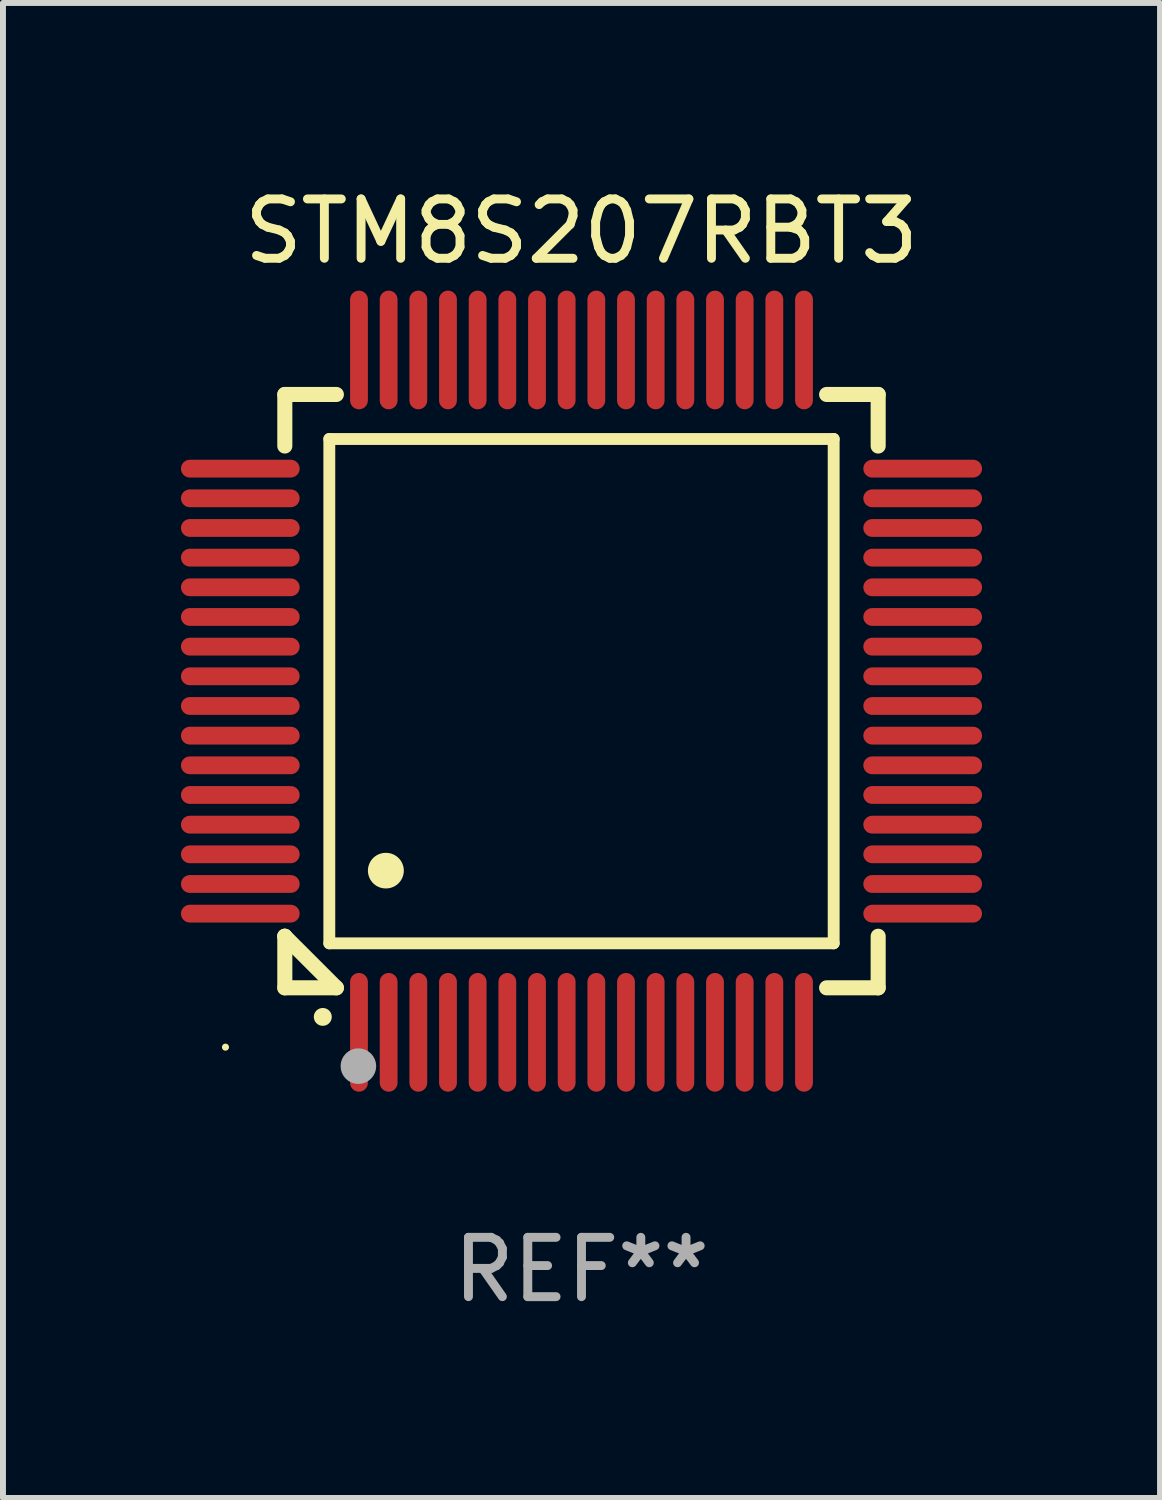
<source format=kicad_pcb>
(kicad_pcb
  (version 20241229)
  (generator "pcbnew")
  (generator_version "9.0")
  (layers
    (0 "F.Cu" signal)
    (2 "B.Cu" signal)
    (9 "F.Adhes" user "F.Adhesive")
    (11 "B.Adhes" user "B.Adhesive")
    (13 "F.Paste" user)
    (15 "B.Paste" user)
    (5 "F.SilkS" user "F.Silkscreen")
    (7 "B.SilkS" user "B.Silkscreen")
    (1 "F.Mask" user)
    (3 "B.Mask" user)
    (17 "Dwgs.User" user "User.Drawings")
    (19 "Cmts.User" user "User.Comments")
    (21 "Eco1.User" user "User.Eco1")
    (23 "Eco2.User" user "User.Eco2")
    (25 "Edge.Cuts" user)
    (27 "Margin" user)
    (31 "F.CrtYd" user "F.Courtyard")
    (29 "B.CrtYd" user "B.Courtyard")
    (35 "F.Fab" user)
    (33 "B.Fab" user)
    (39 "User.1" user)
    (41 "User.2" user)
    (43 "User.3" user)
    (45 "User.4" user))
  (footprint "STM8S207RBT3"
    (layer "F.Cu")
    (at 6.75 8.598)
    (property "Reference" "STM8S207RBT3" (at 0 -7.75 0) (layer "F.SilkS") (effects (font (size 1 1) (thickness 0.15))))
    (attr through_hole)
    (fp_line (start -5 -5) (end -4.131 -5) (stroke (width 0.254) (type solid)) (layer "F.SilkS"))
    (fp_line (start -5 -4.131) (end -5 -5) (stroke (width 0.254) (type solid)) (layer "F.SilkS"))
    (fp_line (start -5 4.131) (end -5 4.131) (stroke (width 0.254) (type solid)) (layer "F.SilkS"))
    (fp_line (start -5 5) (end -5 4.131) (stroke (width 0.254) (type solid)) (layer "F.SilkS"))
    (fp_line (start -5 4.131) (end -4.131 5) (stroke (width 0.254) (type solid)) (layer "F.SilkS"))
    (fp_line (start -4.25 -4.25) (end -4.25 4.25) (stroke (width 0.2) (type solid)) (layer "F.SilkS"))
    (fp_line (start -4.25 4.25) (end 4.25 4.25) (stroke (width 0.2) (type solid)) (layer "F.SilkS"))
    (fp_line (start -4.131 5) (end -5 5) (stroke (width 0.254) (type solid)) (layer "F.SilkS"))
    (fp_line (start 4.25 -4.25) (end -4.25 -4.25) (stroke (width 0.2) (type solid)) (layer "F.SilkS"))
    (fp_line (start 4.25 4.25) (end 4.25 -4.25) (stroke (width 0.2) (type solid)) (layer "F.SilkS"))
    (fp_line (start 5 -5) (end 4.131 -5) (stroke (width 0.254) (type solid)) (layer "F.SilkS"))
    (fp_line (start 5 -5) (end 5 -4.131) (stroke (width 0.254) (type solid)) (layer "F.SilkS"))
    (fp_line (start 5 4.131) (end 5 5) (stroke (width 0.254) (type solid)) (layer "F.SilkS"))
    (fp_line (start 5 5) (end 4.131 5) (stroke (width 0.254) (type solid)) (layer "F.SilkS"))
    (fp_arc (start -4.361265 5.489992) (mid -4.359995 5.489987) (end -4.358725 5.489992) (stroke (width 0.3) (type solid)) (layer "F.SilkS"))
    (fp_arc (start -3.299467 3.025146) (mid -3.296927 3.025135) (end -3.294387 3.025146) (stroke (width 0.6) (type solid)) (layer "F.SilkS"))
    (fp_circle (center -6 6) (end -5.97 6) (stroke (width 0.06) (type solid)) (fill no) (layer "F.SilkS"))
    (fp_circle (center -3.76 6.32) (end -3.61 6.32) (stroke (width 0.3) (type solid)) (fill no) (layer "F.Fab"))
    (fp_text user "REF**" (at 0 9.75 0) (layer "F.Fab") (effects (font (size 1 1) (thickness 0.15))))
    (pad "1" smd oval (at -3.75 5.75) (size 0.3 2) (layers "F.Cu" "F.Mask" "F.Paste"))
    (pad "2" smd oval (at -3.25 5.75) (size 0.3 2) (layers "F.Cu" "F.Mask" "F.Paste"))
    (pad "3" smd oval (at -2.75 5.75) (size 0.3 2) (layers "F.Cu" "F.Mask" "F.Paste"))
    (pad "4" smd oval (at -2.25 5.75) (size 0.3 2) (layers "F.Cu" "F.Mask" "F.Paste"))
    (pad "5" smd oval (at -1.75 5.75) (size 0.3 2) (layers "F.Cu" "F.Mask" "F.Paste"))
    (pad "6" smd oval (at -1.25 5.75) (size 0.3 2) (layers "F.Cu" "F.Mask" "F.Paste"))
    (pad "7" smd oval (at -0.75 5.75) (size 0.3 2) (layers "F.Cu" "F.Mask" "F.Paste"))
    (pad "8" smd oval (at -0.25 5.75) (size 0.3 2) (layers "F.Cu" "F.Mask" "F.Paste"))
    (pad "9" smd oval (at 0.25 5.75) (size 0.3 2) (layers "F.Cu" "F.Mask" "F.Paste"))
    (pad "10" smd oval (at 0.75 5.75) (size 0.3 2) (layers "F.Cu" "F.Mask" "F.Paste"))
    (pad "11" smd oval (at 1.25 5.75) (size 0.3 2) (layers "F.Cu" "F.Mask" "F.Paste"))
    (pad "12" smd oval (at 1.75 5.75) (size 0.3 2) (layers "F.Cu" "F.Mask" "F.Paste"))
    (pad "13" smd oval (at 2.25 5.75) (size 0.3 2) (layers "F.Cu" "F.Mask" "F.Paste"))
    (pad "14" smd oval (at 2.75 5.75) (size 0.3 2) (layers "F.Cu" "F.Mask" "F.Paste"))
    (pad "15" smd oval (at 3.25 5.75) (size 0.3 2) (layers "F.Cu" "F.Mask" "F.Paste"))
    (pad "16" smd oval (at 3.75 5.75) (size 0.3 2) (layers "F.Cu" "F.Mask" "F.Paste"))
    (pad "17" smd oval (at 5.75 3.75) (size 2 0.3) (layers "F.Cu" "F.Mask" "F.Paste"))
    (pad "18" smd oval (at 5.75 3.25) (size 2 0.3) (layers "F.Cu" "F.Mask" "F.Paste"))
    (pad "19" smd oval (at 5.75 2.75) (size 2 0.3) (layers "F.Cu" "F.Mask" "F.Paste"))
    (pad "20" smd oval (at 5.75 2.25) (size 2 0.3) (layers "F.Cu" "F.Mask" "F.Paste"))
    (pad "21" smd oval (at 5.75 1.75) (size 2 0.3) (layers "F.Cu" "F.Mask" "F.Paste"))
    (pad "22" smd oval (at 5.75 1.25) (size 2 0.3) (layers "F.Cu" "F.Mask" "F.Paste"))
    (pad "23" smd oval (at 5.75 0.75) (size 2 0.3) (layers "F.Cu" "F.Mask" "F.Paste"))
    (pad "24" smd oval (at 5.75 0.25) (size 2 0.3) (layers "F.Cu" "F.Mask" "F.Paste"))
    (pad "25" smd oval (at 5.75 -0.25) (size 2 0.3) (layers "F.Cu" "F.Mask" "F.Paste"))
    (pad "26" smd oval (at 5.75 -0.75) (size 2 0.3) (layers "F.Cu" "F.Mask" "F.Paste"))
    (pad "27" smd oval (at 5.75 -1.25) (size 2 0.3) (layers "F.Cu" "F.Mask" "F.Paste"))
    (pad "28" smd oval (at 5.75 -1.75) (size 2 0.3) (layers "F.Cu" "F.Mask" "F.Paste"))
    (pad "29" smd oval (at 5.75 -2.25) (size 2 0.3) (layers "F.Cu" "F.Mask" "F.Paste"))
    (pad "30" smd oval (at 5.75 -2.75) (size 2 0.3) (layers "F.Cu" "F.Mask" "F.Paste"))
    (pad "31" smd oval (at 5.75 -3.25) (size 2 0.3) (layers "F.Cu" "F.Mask" "F.Paste"))
    (pad "32" smd oval (at 5.75 -3.75) (size 2 0.3) (layers "F.Cu" "F.Mask" "F.Paste"))
    (pad "33" smd oval (at 3.75 -5.75) (size 0.3 2) (layers "F.Cu" "F.Mask" "F.Paste"))
    (pad "34" smd oval (at 3.25 -5.75) (size 0.3 2) (layers "F.Cu" "F.Mask" "F.Paste"))
    (pad "35" smd oval (at 2.75 -5.75) (size 0.3 2) (layers "F.Cu" "F.Mask" "F.Paste"))
    (pad "36" smd oval (at 2.25 -5.75) (size 0.3 2) (layers "F.Cu" "F.Mask" "F.Paste"))
    (pad "37" smd oval (at 1.75 -5.75) (size 0.3 2) (layers "F.Cu" "F.Mask" "F.Paste"))
    (pad "38" smd oval (at 1.25 -5.75) (size 0.3 2) (layers "F.Cu" "F.Mask" "F.Paste"))
    (pad "39" smd oval (at 0.75 -5.75) (size 0.3 2) (layers "F.Cu" "F.Mask" "F.Paste"))
    (pad "40" smd oval (at 0.25 -5.75) (size 0.3 2) (layers "F.Cu" "F.Mask" "F.Paste"))
    (pad "41" smd oval (at -0.25 -5.75) (size 0.3 2) (layers "F.Cu" "F.Mask" "F.Paste"))
    (pad "42" smd oval (at -0.75 -5.75) (size 0.3 2) (layers "F.Cu" "F.Mask" "F.Paste"))
    (pad "43" smd oval (at -1.25 -5.75) (size 0.3 2) (layers "F.Cu" "F.Mask" "F.Paste"))
    (pad "44" smd oval (at -1.75 -5.75) (size 0.3 2) (layers "F.Cu" "F.Mask" "F.Paste"))
    (pad "45" smd oval (at -2.25 -5.75) (size 0.3 2) (layers "F.Cu" "F.Mask" "F.Paste"))
    (pad "46" smd oval (at -2.75 -5.75) (size 0.3 2) (layers "F.Cu" "F.Mask" "F.Paste"))
    (pad "47" smd oval (at -3.25 -5.75) (size 0.3 2) (layers "F.Cu" "F.Mask" "F.Paste"))
    (pad "48" smd oval (at -3.75 -5.75) (size 0.3 2) (layers "F.Cu" "F.Mask" "F.Paste"))
    (pad "49" smd oval (at -5.75 -3.75) (size 2 0.3) (layers "F.Cu" "F.Mask" "F.Paste"))
    (pad "50" smd oval (at -5.75 -3.25) (size 2 0.3) (layers "F.Cu" "F.Mask" "F.Paste"))
    (pad "51" smd oval (at -5.75 -2.75) (size 2 0.3) (layers "F.Cu" "F.Mask" "F.Paste"))
    (pad "52" smd oval (at -5.75 -2.25) (size 2 0.3) (layers "F.Cu" "F.Mask" "F.Paste"))
    (pad "53" smd oval (at -5.75 -1.75) (size 2 0.3) (layers "F.Cu" "F.Mask" "F.Paste"))
    (pad "54" smd oval (at -5.75 -1.25) (size 2 0.3) (layers "F.Cu" "F.Mask" "F.Paste"))
    (pad "55" smd oval (at -5.75 -0.75) (size 2 0.3) (layers "F.Cu" "F.Mask" "F.Paste"))
    (pad "56" smd oval (at -5.75 -0.25) (size 2 0.3) (layers "F.Cu" "F.Mask" "F.Paste"))
    (pad "57" smd oval (at -5.75 0.25) (size 2 0.3) (layers "F.Cu" "F.Mask" "F.Paste"))
    (pad "58" smd oval (at -5.75 0.75) (size 2 0.3) (layers "F.Cu" "F.Mask" "F.Paste"))
    (pad "59" smd oval (at -5.75 1.25) (size 2 0.3) (layers "F.Cu" "F.Mask" "F.Paste"))
    (pad "60" smd oval (at -5.75 1.75) (size 2 0.3) (layers "F.Cu" "F.Mask" "F.Paste"))
    (pad "61" smd oval (at -5.75 2.25) (size 2 0.3) (layers "F.Cu" "F.Mask" "F.Paste"))
    (pad "62" smd oval (at -5.75 2.75) (size 2 0.3) (layers "F.Cu" "F.Mask" "F.Paste"))
    (pad "63" smd oval (at -5.75 3.25) (size 2 0.3) (layers "F.Cu" "F.Mask" "F.Paste"))
    (pad "64" smd oval (at -5.75 3.75) (size 2 0.3) (layers "F.Cu" "F.Mask" "F.Paste")))
  (gr_rect
    (start -3 -3)
    (end 16.5 22.196)
    (stroke (width 0.1) (type default))
    (fill no)
    (layer "Edge.Cuts")))
</source>
